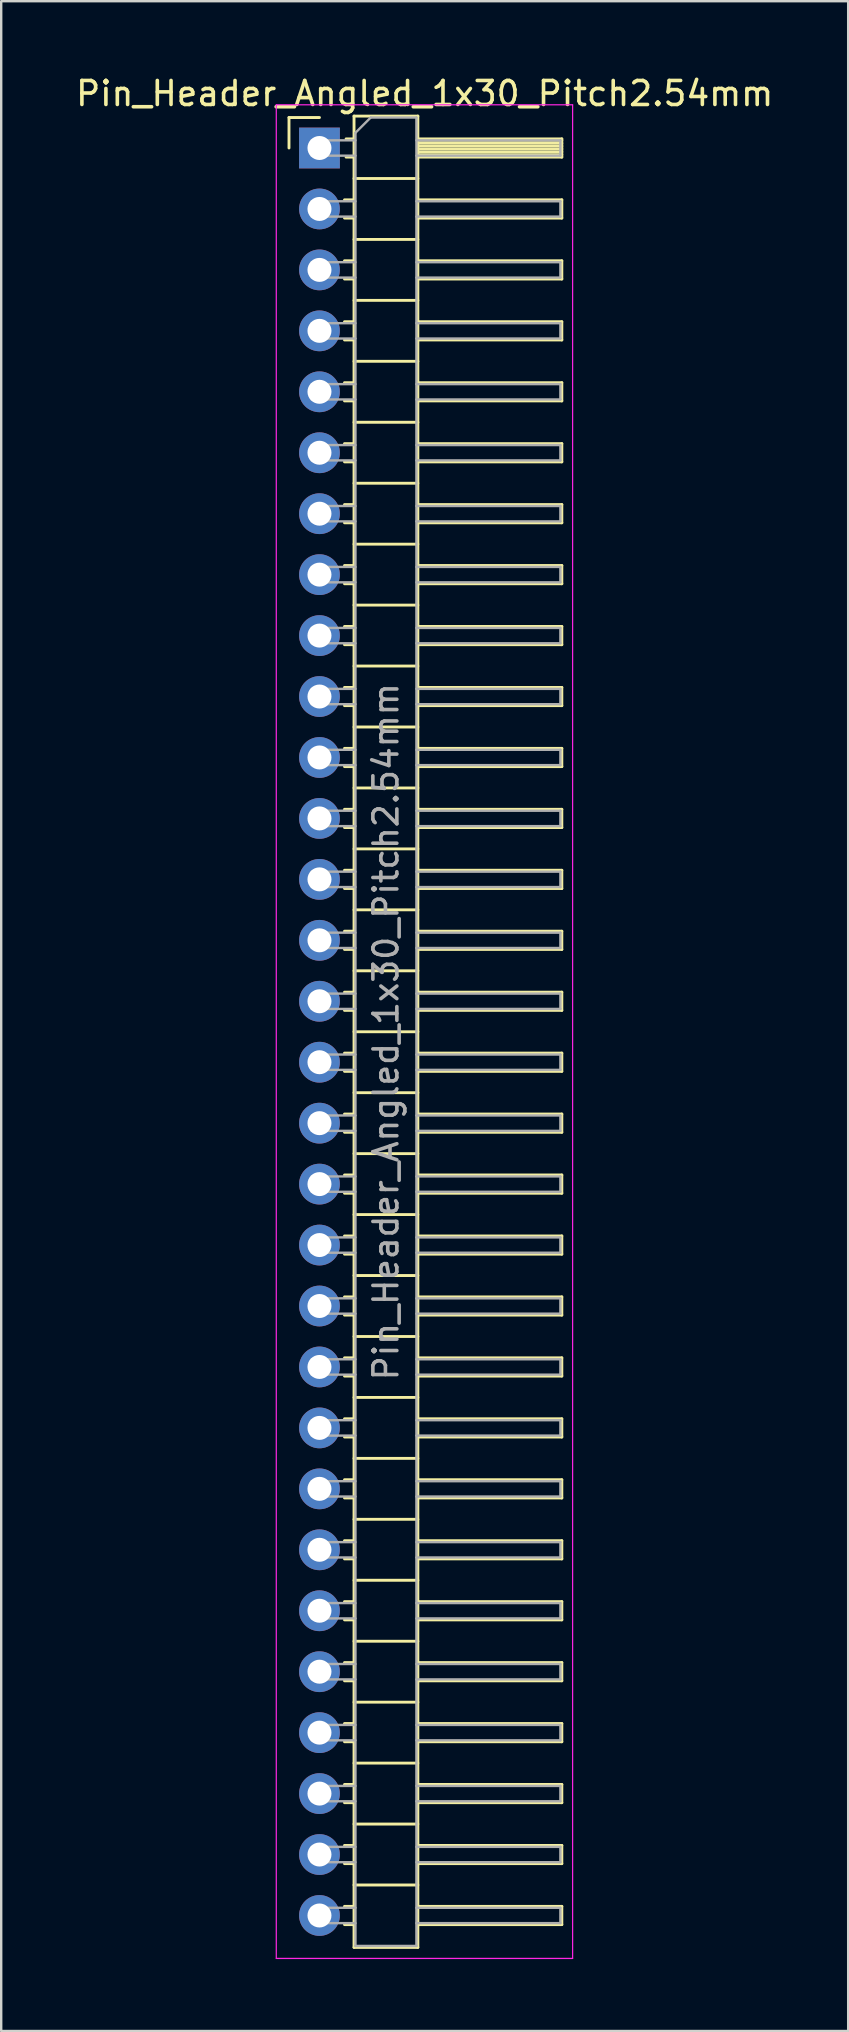
<source format=kicad_pcb>
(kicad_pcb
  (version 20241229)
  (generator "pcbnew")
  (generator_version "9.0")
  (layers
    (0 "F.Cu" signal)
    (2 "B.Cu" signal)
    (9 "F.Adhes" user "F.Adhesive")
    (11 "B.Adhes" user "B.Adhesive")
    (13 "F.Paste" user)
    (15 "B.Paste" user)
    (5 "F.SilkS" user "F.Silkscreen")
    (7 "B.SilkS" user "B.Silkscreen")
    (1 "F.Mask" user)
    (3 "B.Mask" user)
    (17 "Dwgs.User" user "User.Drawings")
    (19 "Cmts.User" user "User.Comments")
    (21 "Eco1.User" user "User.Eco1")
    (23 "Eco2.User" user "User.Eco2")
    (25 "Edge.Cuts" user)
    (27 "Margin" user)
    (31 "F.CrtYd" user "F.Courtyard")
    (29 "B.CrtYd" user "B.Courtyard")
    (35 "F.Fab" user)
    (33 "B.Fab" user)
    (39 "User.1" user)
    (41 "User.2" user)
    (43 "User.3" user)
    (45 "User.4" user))
  (footprint "Pin_Header_Angled_1x30_Pitch2.54mm"
    (layer "F.Cu")
    (at 10.264 3.118)
    (property "Reference" "Pin_Header_Angled_1x30_Pitch2.54mm" (at 4.385 -2.27 0) (layer "F.SilkS") (effects (font (size 1 1) (thickness 0.15))))
    (attr through_hole)
    (fp_line (start -1.27 -1.27) (end 0 -1.27) (stroke (width 0.12) (type solid)) (layer "F.SilkS"))
    (fp_line (start -1.27 0) (end -1.27 -1.27) (stroke (width 0.12) (type solid)) (layer "F.SilkS"))
    (fp_line (start 1.043 2.16) (end 1.44 2.16) (stroke (width 0.12) (type solid)) (layer "F.SilkS"))
    (fp_line (start 1.043 2.92) (end 1.44 2.92) (stroke (width 0.12) (type solid)) (layer "F.SilkS"))
    (fp_line (start 1.043 4.7) (end 1.44 4.7) (stroke (width 0.12) (type solid)) (layer "F.SilkS"))
    (fp_line (start 1.043 5.46) (end 1.44 5.46) (stroke (width 0.12) (type solid)) (layer "F.SilkS"))
    (fp_line (start 1.043 7.24) (end 1.44 7.24) (stroke (width 0.12) (type solid)) (layer "F.SilkS"))
    (fp_line (start 1.043 8) (end 1.44 8) (stroke (width 0.12) (type solid)) (layer "F.SilkS"))
    (fp_line (start 1.043 9.78) (end 1.44 9.78) (stroke (width 0.12) (type solid)) (layer "F.SilkS"))
    (fp_line (start 1.043 10.54) (end 1.44 10.54) (stroke (width 0.12) (type solid)) (layer "F.SilkS"))
    (fp_line (start 1.043 12.32) (end 1.44 12.32) (stroke (width 0.12) (type solid)) (layer "F.SilkS"))
    (fp_line (start 1.043 13.08) (end 1.44 13.08) (stroke (width 0.12) (type solid)) (layer "F.SilkS"))
    (fp_line (start 1.043 14.86) (end 1.44 14.86) (stroke (width 0.12) (type solid)) (layer "F.SilkS"))
    (fp_line (start 1.043 15.62) (end 1.44 15.62) (stroke (width 0.12) (type solid)) (layer "F.SilkS"))
    (fp_line (start 1.043 17.4) (end 1.44 17.4) (stroke (width 0.12) (type solid)) (layer "F.SilkS"))
    (fp_line (start 1.043 18.16) (end 1.44 18.16) (stroke (width 0.12) (type solid)) (layer "F.SilkS"))
    (fp_line (start 1.043 19.94) (end 1.44 19.94) (stroke (width 0.12) (type solid)) (layer "F.SilkS"))
    (fp_line (start 1.043 20.7) (end 1.44 20.7) (stroke (width 0.12) (type solid)) (layer "F.SilkS"))
    (fp_line (start 1.043 22.48) (end 1.44 22.48) (stroke (width 0.12) (type solid)) (layer "F.SilkS"))
    (fp_line (start 1.043 23.24) (end 1.44 23.24) (stroke (width 0.12) (type solid)) (layer "F.SilkS"))
    (fp_line (start 1.043 25.02) (end 1.44 25.02) (stroke (width 0.12) (type solid)) (layer "F.SilkS"))
    (fp_line (start 1.043 25.78) (end 1.44 25.78) (stroke (width 0.12) (type solid)) (layer "F.SilkS"))
    (fp_line (start 1.043 27.56) (end 1.44 27.56) (stroke (width 0.12) (type solid)) (layer "F.SilkS"))
    (fp_line (start 1.043 28.32) (end 1.44 28.32) (stroke (width 0.12) (type solid)) (layer "F.SilkS"))
    (fp_line (start 1.043 30.1) (end 1.44 30.1) (stroke (width 0.12) (type solid)) (layer "F.SilkS"))
    (fp_line (start 1.043 30.86) (end 1.44 30.86) (stroke (width 0.12) (type solid)) (layer "F.SilkS"))
    (fp_line (start 1.043 32.64) (end 1.44 32.64) (stroke (width 0.12) (type solid)) (layer "F.SilkS"))
    (fp_line (start 1.043 33.4) (end 1.44 33.4) (stroke (width 0.12) (type solid)) (layer "F.SilkS"))
    (fp_line (start 1.043 35.18) (end 1.44 35.18) (stroke (width 0.12) (type solid)) (layer "F.SilkS"))
    (fp_line (start 1.043 35.94) (end 1.44 35.94) (stroke (width 0.12) (type solid)) (layer "F.SilkS"))
    (fp_line (start 1.043 37.72) (end 1.44 37.72) (stroke (width 0.12) (type solid)) (layer "F.SilkS"))
    (fp_line (start 1.043 38.48) (end 1.44 38.48) (stroke (width 0.12) (type solid)) (layer "F.SilkS"))
    (fp_line (start 1.043 40.26) (end 1.44 40.26) (stroke (width 0.12) (type solid)) (layer "F.SilkS"))
    (fp_line (start 1.043 41.02) (end 1.44 41.02) (stroke (width 0.12) (type solid)) (layer "F.SilkS"))
    (fp_line (start 1.043 42.8) (end 1.44 42.8) (stroke (width 0.12) (type solid)) (layer "F.SilkS"))
    (fp_line (start 1.043 43.56) (end 1.44 43.56) (stroke (width 0.12) (type solid)) (layer "F.SilkS"))
    (fp_line (start 1.043 45.34) (end 1.44 45.34) (stroke (width 0.12) (type solid)) (layer "F.SilkS"))
    (fp_line (start 1.043 46.1) (end 1.44 46.1) (stroke (width 0.12) (type solid)) (layer "F.SilkS"))
    (fp_line (start 1.043 47.88) (end 1.44 47.88) (stroke (width 0.12) (type solid)) (layer "F.SilkS"))
    (fp_line (start 1.043 48.64) (end 1.44 48.64) (stroke (width 0.12) (type solid)) (layer "F.SilkS"))
    (fp_line (start 1.043 50.42) (end 1.44 50.42) (stroke (width 0.12) (type solid)) (layer "F.SilkS"))
    (fp_line (start 1.043 51.18) (end 1.44 51.18) (stroke (width 0.12) (type solid)) (layer "F.SilkS"))
    (fp_line (start 1.043 52.96) (end 1.44 52.96) (stroke (width 0.12) (type solid)) (layer "F.SilkS"))
    (fp_line (start 1.043 53.72) (end 1.44 53.72) (stroke (width 0.12) (type solid)) (layer "F.SilkS"))
    (fp_line (start 1.043 55.5) (end 1.44 55.5) (stroke (width 0.12) (type solid)) (layer "F.SilkS"))
    (fp_line (start 1.043 56.26) (end 1.44 56.26) (stroke (width 0.12) (type solid)) (layer "F.SilkS"))
    (fp_line (start 1.043 58.04) (end 1.44 58.04) (stroke (width 0.12) (type solid)) (layer "F.SilkS"))
    (fp_line (start 1.043 58.8) (end 1.44 58.8) (stroke (width 0.12) (type solid)) (layer "F.SilkS"))
    (fp_line (start 1.043 60.58) (end 1.44 60.58) (stroke (width 0.12) (type solid)) (layer "F.SilkS"))
    (fp_line (start 1.043 61.34) (end 1.44 61.34) (stroke (width 0.12) (type solid)) (layer "F.SilkS"))
    (fp_line (start 1.043 63.12) (end 1.44 63.12) (stroke (width 0.12) (type solid)) (layer "F.SilkS"))
    (fp_line (start 1.043 63.88) (end 1.44 63.88) (stroke (width 0.12) (type solid)) (layer "F.SilkS"))
    (fp_line (start 1.043 65.66) (end 1.44 65.66) (stroke (width 0.12) (type solid)) (layer "F.SilkS"))
    (fp_line (start 1.043 66.42) (end 1.44 66.42) (stroke (width 0.12) (type solid)) (layer "F.SilkS"))
    (fp_line (start 1.043 68.2) (end 1.44 68.2) (stroke (width 0.12) (type solid)) (layer "F.SilkS"))
    (fp_line (start 1.043 68.96) (end 1.44 68.96) (stroke (width 0.12) (type solid)) (layer "F.SilkS"))
    (fp_line (start 1.043 70.74) (end 1.44 70.74) (stroke (width 0.12) (type solid)) (layer "F.SilkS"))
    (fp_line (start 1.043 71.5) (end 1.44 71.5) (stroke (width 0.12) (type solid)) (layer "F.SilkS"))
    (fp_line (start 1.043 73.28) (end 1.44 73.28) (stroke (width 0.12) (type solid)) (layer "F.SilkS"))
    (fp_line (start 1.043 74.04) (end 1.44 74.04) (stroke (width 0.12) (type solid)) (layer "F.SilkS"))
    (fp_line (start 1.11 -0.38) (end 1.44 -0.38) (stroke (width 0.12) (type solid)) (layer "F.SilkS"))
    (fp_line (start 1.11 0.38) (end 1.44 0.38) (stroke (width 0.12) (type solid)) (layer "F.SilkS"))
    (fp_line (start 1.44 -1.33) (end 1.44 74.99) (stroke (width 0.12) (type solid)) (layer "F.SilkS"))
    (fp_line (start 1.44 1.27) (end 4.1 1.27) (stroke (width 0.12) (type solid)) (layer "F.SilkS"))
    (fp_line (start 1.44 3.81) (end 4.1 3.81) (stroke (width 0.12) (type solid)) (layer "F.SilkS"))
    (fp_line (start 1.44 6.35) (end 4.1 6.35) (stroke (width 0.12) (type solid)) (layer "F.SilkS"))
    (fp_line (start 1.44 8.89) (end 4.1 8.89) (stroke (width 0.12) (type solid)) (layer "F.SilkS"))
    (fp_line (start 1.44 11.43) (end 4.1 11.43) (stroke (width 0.12) (type solid)) (layer "F.SilkS"))
    (fp_line (start 1.44 13.97) (end 4.1 13.97) (stroke (width 0.12) (type solid)) (layer "F.SilkS"))
    (fp_line (start 1.44 16.51) (end 4.1 16.51) (stroke (width 0.12) (type solid)) (layer "F.SilkS"))
    (fp_line (start 1.44 19.05) (end 4.1 19.05) (stroke (width 0.12) (type solid)) (layer "F.SilkS"))
    (fp_line (start 1.44 21.59) (end 4.1 21.59) (stroke (width 0.12) (type solid)) (layer "F.SilkS"))
    (fp_line (start 1.44 24.13) (end 4.1 24.13) (stroke (width 0.12) (type solid)) (layer "F.SilkS"))
    (fp_line (start 1.44 26.67) (end 4.1 26.67) (stroke (width 0.12) (type solid)) (layer "F.SilkS"))
    (fp_line (start 1.44 29.21) (end 4.1 29.21) (stroke (width 0.12) (type solid)) (layer "F.SilkS"))
    (fp_line (start 1.44 31.75) (end 4.1 31.75) (stroke (width 0.12) (type solid)) (layer "F.SilkS"))
    (fp_line (start 1.44 34.29) (end 4.1 34.29) (stroke (width 0.12) (type solid)) (layer "F.SilkS"))
    (fp_line (start 1.44 36.83) (end 4.1 36.83) (stroke (width 0.12) (type solid)) (layer "F.SilkS"))
    (fp_line (start 1.44 39.37) (end 4.1 39.37) (stroke (width 0.12) (type solid)) (layer "F.SilkS"))
    (fp_line (start 1.44 41.91) (end 4.1 41.91) (stroke (width 0.12) (type solid)) (layer "F.SilkS"))
    (fp_line (start 1.44 44.45) (end 4.1 44.45) (stroke (width 0.12) (type solid)) (layer "F.SilkS"))
    (fp_line (start 1.44 46.99) (end 4.1 46.99) (stroke (width 0.12) (type solid)) (layer "F.SilkS"))
    (fp_line (start 1.44 49.53) (end 4.1 49.53) (stroke (width 0.12) (type solid)) (layer "F.SilkS"))
    (fp_line (start 1.44 52.07) (end 4.1 52.07) (stroke (width 0.12) (type solid)) (layer "F.SilkS"))
    (fp_line (start 1.44 54.61) (end 4.1 54.61) (stroke (width 0.12) (type solid)) (layer "F.SilkS"))
    (fp_line (start 1.44 57.15) (end 4.1 57.15) (stroke (width 0.12) (type solid)) (layer "F.SilkS"))
    (fp_line (start 1.44 59.69) (end 4.1 59.69) (stroke (width 0.12) (type solid)) (layer "F.SilkS"))
    (fp_line (start 1.44 62.23) (end 4.1 62.23) (stroke (width 0.12) (type solid)) (layer "F.SilkS"))
    (fp_line (start 1.44 64.77) (end 4.1 64.77) (stroke (width 0.12) (type solid)) (layer "F.SilkS"))
    (fp_line (start 1.44 67.31) (end 4.1 67.31) (stroke (width 0.12) (type solid)) (layer "F.SilkS"))
    (fp_line (start 1.44 69.85) (end 4.1 69.85) (stroke (width 0.12) (type solid)) (layer "F.SilkS"))
    (fp_line (start 1.44 72.39) (end 4.1 72.39) (stroke (width 0.12) (type solid)) (layer "F.SilkS"))
    (fp_line (start 1.44 74.99) (end 4.1 74.99) (stroke (width 0.12) (type solid)) (layer "F.SilkS"))
    (fp_line (start 4.1 -1.33) (end 1.44 -1.33) (stroke (width 0.12) (type solid)) (layer "F.SilkS"))
    (fp_line (start 4.1 -0.38) (end 10.1 -0.38) (stroke (width 0.12) (type solid)) (layer "F.SilkS"))
    (fp_line (start 4.1 -0.32) (end 10.1 -0.32) (stroke (width 0.12) (type solid)) (layer "F.SilkS"))
    (fp_line (start 4.1 -0.2) (end 10.1 -0.2) (stroke (width 0.12) (type solid)) (layer "F.SilkS"))
    (fp_line (start 4.1 -0.08) (end 10.1 -0.08) (stroke (width 0.12) (type solid)) (layer "F.SilkS"))
    (fp_line (start 4.1 0.04) (end 10.1 0.04) (stroke (width 0.12) (type solid)) (layer "F.SilkS"))
    (fp_line (start 4.1 0.16) (end 10.1 0.16) (stroke (width 0.12) (type solid)) (layer "F.SilkS"))
    (fp_line (start 4.1 0.28) (end 10.1 0.28) (stroke (width 0.12) (type solid)) (layer "F.SilkS"))
    (fp_line (start 4.1 2.16) (end 10.1 2.16) (stroke (width 0.12) (type solid)) (layer "F.SilkS"))
    (fp_line (start 4.1 4.7) (end 10.1 4.7) (stroke (width 0.12) (type solid)) (layer "F.SilkS"))
    (fp_line (start 4.1 7.24) (end 10.1 7.24) (stroke (width 0.12) (type solid)) (layer "F.SilkS"))
    (fp_line (start 4.1 9.78) (end 10.1 9.78) (stroke (width 0.12) (type solid)) (layer "F.SilkS"))
    (fp_line (start 4.1 12.32) (end 10.1 12.32) (stroke (width 0.12) (type solid)) (layer "F.SilkS"))
    (fp_line (start 4.1 14.86) (end 10.1 14.86) (stroke (width 0.12) (type solid)) (layer "F.SilkS"))
    (fp_line (start 4.1 17.4) (end 10.1 17.4) (stroke (width 0.12) (type solid)) (layer "F.SilkS"))
    (fp_line (start 4.1 19.94) (end 10.1 19.94) (stroke (width 0.12) (type solid)) (layer "F.SilkS"))
    (fp_line (start 4.1 22.48) (end 10.1 22.48) (stroke (width 0.12) (type solid)) (layer "F.SilkS"))
    (fp_line (start 4.1 25.02) (end 10.1 25.02) (stroke (width 0.12) (type solid)) (layer "F.SilkS"))
    (fp_line (start 4.1 27.56) (end 10.1 27.56) (stroke (width 0.12) (type solid)) (layer "F.SilkS"))
    (fp_line (start 4.1 30.1) (end 10.1 30.1) (stroke (width 0.12) (type solid)) (layer "F.SilkS"))
    (fp_line (start 4.1 32.64) (end 10.1 32.64) (stroke (width 0.12) (type solid)) (layer "F.SilkS"))
    (fp_line (start 4.1 35.18) (end 10.1 35.18) (stroke (width 0.12) (type solid)) (layer "F.SilkS"))
    (fp_line (start 4.1 37.72) (end 10.1 37.72) (stroke (width 0.12) (type solid)) (layer "F.SilkS"))
    (fp_line (start 4.1 40.26) (end 10.1 40.26) (stroke (width 0.12) (type solid)) (layer "F.SilkS"))
    (fp_line (start 4.1 42.8) (end 10.1 42.8) (stroke (width 0.12) (type solid)) (layer "F.SilkS"))
    (fp_line (start 4.1 45.34) (end 10.1 45.34) (stroke (width 0.12) (type solid)) (layer "F.SilkS"))
    (fp_line (start 4.1 47.88) (end 10.1 47.88) (stroke (width 0.12) (type solid)) (layer "F.SilkS"))
    (fp_line (start 4.1 50.42) (end 10.1 50.42) (stroke (width 0.12) (type solid)) (layer "F.SilkS"))
    (fp_line (start 4.1 52.96) (end 10.1 52.96) (stroke (width 0.12) (type solid)) (layer "F.SilkS"))
    (fp_line (start 4.1 55.5) (end 10.1 55.5) (stroke (width 0.12) (type solid)) (layer "F.SilkS"))
    (fp_line (start 4.1 58.04) (end 10.1 58.04) (stroke (width 0.12) (type solid)) (layer "F.SilkS"))
    (fp_line (start 4.1 60.58) (end 10.1 60.58) (stroke (width 0.12) (type solid)) (layer "F.SilkS"))
    (fp_line (start 4.1 63.12) (end 10.1 63.12) (stroke (width 0.12) (type solid)) (layer "F.SilkS"))
    (fp_line (start 4.1 65.66) (end 10.1 65.66) (stroke (width 0.12) (type solid)) (layer "F.SilkS"))
    (fp_line (start 4.1 68.2) (end 10.1 68.2) (stroke (width 0.12) (type solid)) (layer "F.SilkS"))
    (fp_line (start 4.1 70.74) (end 10.1 70.74) (stroke (width 0.12) (type solid)) (layer "F.SilkS"))
    (fp_line (start 4.1 73.28) (end 10.1 73.28) (stroke (width 0.12) (type solid)) (layer "F.SilkS"))
    (fp_line (start 4.1 74.99) (end 4.1 -1.33) (stroke (width 0.12) (type solid)) (layer "F.SilkS"))
    (fp_line (start 10.1 -0.38) (end 10.1 0.38) (stroke (width 0.12) (type solid)) (layer "F.SilkS"))
    (fp_line (start 10.1 0.38) (end 4.1 0.38) (stroke (width 0.12) (type solid)) (layer "F.SilkS"))
    (fp_line (start 10.1 2.16) (end 10.1 2.92) (stroke (width 0.12) (type solid)) (layer "F.SilkS"))
    (fp_line (start 10.1 2.92) (end 4.1 2.92) (stroke (width 0.12) (type solid)) (layer "F.SilkS"))
    (fp_line (start 10.1 4.7) (end 10.1 5.46) (stroke (width 0.12) (type solid)) (layer "F.SilkS"))
    (fp_line (start 10.1 5.46) (end 4.1 5.46) (stroke (width 0.12) (type solid)) (layer "F.SilkS"))
    (fp_line (start 10.1 7.24) (end 10.1 8) (stroke (width 0.12) (type solid)) (layer "F.SilkS"))
    (fp_line (start 10.1 8) (end 4.1 8) (stroke (width 0.12) (type solid)) (layer "F.SilkS"))
    (fp_line (start 10.1 9.78) (end 10.1 10.54) (stroke (width 0.12) (type solid)) (layer "F.SilkS"))
    (fp_line (start 10.1 10.54) (end 4.1 10.54) (stroke (width 0.12) (type solid)) (layer "F.SilkS"))
    (fp_line (start 10.1 12.32) (end 10.1 13.08) (stroke (width 0.12) (type solid)) (layer "F.SilkS"))
    (fp_line (start 10.1 13.08) (end 4.1 13.08) (stroke (width 0.12) (type solid)) (layer "F.SilkS"))
    (fp_line (start 10.1 14.86) (end 10.1 15.62) (stroke (width 0.12) (type solid)) (layer "F.SilkS"))
    (fp_line (start 10.1 15.62) (end 4.1 15.62) (stroke (width 0.12) (type solid)) (layer "F.SilkS"))
    (fp_line (start 10.1 17.4) (end 10.1 18.16) (stroke (width 0.12) (type solid)) (layer "F.SilkS"))
    (fp_line (start 10.1 18.16) (end 4.1 18.16) (stroke (width 0.12) (type solid)) (layer "F.SilkS"))
    (fp_line (start 10.1 19.94) (end 10.1 20.7) (stroke (width 0.12) (type solid)) (layer "F.SilkS"))
    (fp_line (start 10.1 20.7) (end 4.1 20.7) (stroke (width 0.12) (type solid)) (layer "F.SilkS"))
    (fp_line (start 10.1 22.48) (end 10.1 23.24) (stroke (width 0.12) (type solid)) (layer "F.SilkS"))
    (fp_line (start 10.1 23.24) (end 4.1 23.24) (stroke (width 0.12) (type solid)) (layer "F.SilkS"))
    (fp_line (start 10.1 25.02) (end 10.1 25.78) (stroke (width 0.12) (type solid)) (layer "F.SilkS"))
    (fp_line (start 10.1 25.78) (end 4.1 25.78) (stroke (width 0.12) (type solid)) (layer "F.SilkS"))
    (fp_line (start 10.1 27.56) (end 10.1 28.32) (stroke (width 0.12) (type solid)) (layer "F.SilkS"))
    (fp_line (start 10.1 28.32) (end 4.1 28.32) (stroke (width 0.12) (type solid)) (layer "F.SilkS"))
    (fp_line (start 10.1 30.1) (end 10.1 30.86) (stroke (width 0.12) (type solid)) (layer "F.SilkS"))
    (fp_line (start 10.1 30.86) (end 4.1 30.86) (stroke (width 0.12) (type solid)) (layer "F.SilkS"))
    (fp_line (start 10.1 32.64) (end 10.1 33.4) (stroke (width 0.12) (type solid)) (layer "F.SilkS"))
    (fp_line (start 10.1 33.4) (end 4.1 33.4) (stroke (width 0.12) (type solid)) (layer "F.SilkS"))
    (fp_line (start 10.1 35.18) (end 10.1 35.94) (stroke (width 0.12) (type solid)) (layer "F.SilkS"))
    (fp_line (start 10.1 35.94) (end 4.1 35.94) (stroke (width 0.12) (type solid)) (layer "F.SilkS"))
    (fp_line (start 10.1 37.72) (end 10.1 38.48) (stroke (width 0.12) (type solid)) (layer "F.SilkS"))
    (fp_line (start 10.1 38.48) (end 4.1 38.48) (stroke (width 0.12) (type solid)) (layer "F.SilkS"))
    (fp_line (start 10.1 40.26) (end 10.1 41.02) (stroke (width 0.12) (type solid)) (layer "F.SilkS"))
    (fp_line (start 10.1 41.02) (end 4.1 41.02) (stroke (width 0.12) (type solid)) (layer "F.SilkS"))
    (fp_line (start 10.1 42.8) (end 10.1 43.56) (stroke (width 0.12) (type solid)) (layer "F.SilkS"))
    (fp_line (start 10.1 43.56) (end 4.1 43.56) (stroke (width 0.12) (type solid)) (layer "F.SilkS"))
    (fp_line (start 10.1 45.34) (end 10.1 46.1) (stroke (width 0.12) (type solid)) (layer "F.SilkS"))
    (fp_line (start 10.1 46.1) (end 4.1 46.1) (stroke (width 0.12) (type solid)) (layer "F.SilkS"))
    (fp_line (start 10.1 47.88) (end 10.1 48.64) (stroke (width 0.12) (type solid)) (layer "F.SilkS"))
    (fp_line (start 10.1 48.64) (end 4.1 48.64) (stroke (width 0.12) (type solid)) (layer "F.SilkS"))
    (fp_line (start 10.1 50.42) (end 10.1 51.18) (stroke (width 0.12) (type solid)) (layer "F.SilkS"))
    (fp_line (start 10.1 51.18) (end 4.1 51.18) (stroke (width 0.12) (type solid)) (layer "F.SilkS"))
    (fp_line (start 10.1 52.96) (end 10.1 53.72) (stroke (width 0.12) (type solid)) (layer "F.SilkS"))
    (fp_line (start 10.1 53.72) (end 4.1 53.72) (stroke (width 0.12) (type solid)) (layer "F.SilkS"))
    (fp_line (start 10.1 55.5) (end 10.1 56.26) (stroke (width 0.12) (type solid)) (layer "F.SilkS"))
    (fp_line (start 10.1 56.26) (end 4.1 56.26) (stroke (width 0.12) (type solid)) (layer "F.SilkS"))
    (fp_line (start 10.1 58.04) (end 10.1 58.8) (stroke (width 0.12) (type solid)) (layer "F.SilkS"))
    (fp_line (start 10.1 58.8) (end 4.1 58.8) (stroke (width 0.12) (type solid)) (layer "F.SilkS"))
    (fp_line (start 10.1 60.58) (end 10.1 61.34) (stroke (width 0.12) (type solid)) (layer "F.SilkS"))
    (fp_line (start 10.1 61.34) (end 4.1 61.34) (stroke (width 0.12) (type solid)) (layer "F.SilkS"))
    (fp_line (start 10.1 63.12) (end 10.1 63.88) (stroke (width 0.12) (type solid)) (layer "F.SilkS"))
    (fp_line (start 10.1 63.88) (end 4.1 63.88) (stroke (width 0.12) (type solid)) (layer "F.SilkS"))
    (fp_line (start 10.1 65.66) (end 10.1 66.42) (stroke (width 0.12) (type solid)) (layer "F.SilkS"))
    (fp_line (start 10.1 66.42) (end 4.1 66.42) (stroke (width 0.12) (type solid)) (layer "F.SilkS"))
    (fp_line (start 10.1 68.2) (end 10.1 68.96) (stroke (width 0.12) (type solid)) (layer "F.SilkS"))
    (fp_line (start 10.1 68.96) (end 4.1 68.96) (stroke (width 0.12) (type solid)) (layer "F.SilkS"))
    (fp_line (start 10.1 70.74) (end 10.1 71.5) (stroke (width 0.12) (type solid)) (layer "F.SilkS"))
    (fp_line (start 10.1 71.5) (end 4.1 71.5) (stroke (width 0.12) (type solid)) (layer "F.SilkS"))
    (fp_line (start 10.1 73.28) (end 10.1 74.04) (stroke (width 0.12) (type solid)) (layer "F.SilkS"))
    (fp_line (start 10.1 74.04) (end 4.1 74.04) (stroke (width 0.12) (type solid)) (layer "F.SilkS"))
    (fp_line (start -1.8 -1.8) (end -1.8 75.45) (stroke (width 0.05) (type solid)) (layer "F.CrtYd"))
    (fp_line (start -1.8 75.45) (end 10.55 75.45) (stroke (width 0.05) (type solid)) (layer "F.CrtYd"))
    (fp_line (start 10.55 -1.8) (end -1.8 -1.8) (stroke (width 0.05) (type solid)) (layer "F.CrtYd"))
    (fp_line (start 10.55 75.45) (end 10.55 -1.8) (stroke (width 0.05) (type solid)) (layer "F.CrtYd"))
    (fp_line (start -0.32 -0.32) (end -0.32 0.32) (stroke (width 0.1) (type solid)) (layer "F.Fab"))
    (fp_line (start -0.32 -0.32) (end 1.5 -0.32) (stroke (width 0.1) (type solid)) (layer "F.Fab"))
    (fp_line (start -0.32 0.32) (end 1.5 0.32) (stroke (width 0.1) (type solid)) (layer "F.Fab"))
    (fp_line (start -0.32 2.22) (end -0.32 2.86) (stroke (width 0.1) (type solid)) (layer "F.Fab"))
    (fp_line (start -0.32 2.22) (end 1.5 2.22) (stroke (width 0.1) (type solid)) (layer "F.Fab"))
    (fp_line (start -0.32 2.86) (end 1.5 2.86) (stroke (width 0.1) (type solid)) (layer "F.Fab"))
    (fp_line (start -0.32 4.76) (end -0.32 5.4) (stroke (width 0.1) (type solid)) (layer "F.Fab"))
    (fp_line (start -0.32 4.76) (end 1.5 4.76) (stroke (width 0.1) (type solid)) (layer "F.Fab"))
    (fp_line (start -0.32 5.4) (end 1.5 5.4) (stroke (width 0.1) (type solid)) (layer "F.Fab"))
    (fp_line (start -0.32 7.3) (end -0.32 7.94) (stroke (width 0.1) (type solid)) (layer "F.Fab"))
    (fp_line (start -0.32 7.3) (end 1.5 7.3) (stroke (width 0.1) (type solid)) (layer "F.Fab"))
    (fp_line (start -0.32 7.94) (end 1.5 7.94) (stroke (width 0.1) (type solid)) (layer "F.Fab"))
    (fp_line (start -0.32 9.84) (end -0.32 10.48) (stroke (width 0.1) (type solid)) (layer "F.Fab"))
    (fp_line (start -0.32 9.84) (end 1.5 9.84) (stroke (width 0.1) (type solid)) (layer "F.Fab"))
    (fp_line (start -0.32 10.48) (end 1.5 10.48) (stroke (width 0.1) (type solid)) (layer "F.Fab"))
    (fp_line (start -0.32 12.38) (end -0.32 13.02) (stroke (width 0.1) (type solid)) (layer "F.Fab"))
    (fp_line (start -0.32 12.38) (end 1.5 12.38) (stroke (width 0.1) (type solid)) (layer "F.Fab"))
    (fp_line (start -0.32 13.02) (end 1.5 13.02) (stroke (width 0.1) (type solid)) (layer "F.Fab"))
    (fp_line (start -0.32 14.92) (end -0.32 15.56) (stroke (width 0.1) (type solid)) (layer "F.Fab"))
    (fp_line (start -0.32 14.92) (end 1.5 14.92) (stroke (width 0.1) (type solid)) (layer "F.Fab"))
    (fp_line (start -0.32 15.56) (end 1.5 15.56) (stroke (width 0.1) (type solid)) (layer "F.Fab"))
    (fp_line (start -0.32 17.46) (end -0.32 18.1) (stroke (width 0.1) (type solid)) (layer "F.Fab"))
    (fp_line (start -0.32 17.46) (end 1.5 17.46) (stroke (width 0.1) (type solid)) (layer "F.Fab"))
    (fp_line (start -0.32 18.1) (end 1.5 18.1) (stroke (width 0.1) (type solid)) (layer "F.Fab"))
    (fp_line (start -0.32 20) (end -0.32 20.64) (stroke (width 0.1) (type solid)) (layer "F.Fab"))
    (fp_line (start -0.32 20) (end 1.5 20) (stroke (width 0.1) (type solid)) (layer "F.Fab"))
    (fp_line (start -0.32 20.64) (end 1.5 20.64) (stroke (width 0.1) (type solid)) (layer "F.Fab"))
    (fp_line (start -0.32 22.54) (end -0.32 23.18) (stroke (width 0.1) (type solid)) (layer "F.Fab"))
    (fp_line (start -0.32 22.54) (end 1.5 22.54) (stroke (width 0.1) (type solid)) (layer "F.Fab"))
    (fp_line (start -0.32 23.18) (end 1.5 23.18) (stroke (width 0.1) (type solid)) (layer "F.Fab"))
    (fp_line (start -0.32 25.08) (end -0.32 25.72) (stroke (width 0.1) (type solid)) (layer "F.Fab"))
    (fp_line (start -0.32 25.08) (end 1.5 25.08) (stroke (width 0.1) (type solid)) (layer "F.Fab"))
    (fp_line (start -0.32 25.72) (end 1.5 25.72) (stroke (width 0.1) (type solid)) (layer "F.Fab"))
    (fp_line (start -0.32 27.62) (end -0.32 28.26) (stroke (width 0.1) (type solid)) (layer "F.Fab"))
    (fp_line (start -0.32 27.62) (end 1.5 27.62) (stroke (width 0.1) (type solid)) (layer "F.Fab"))
    (fp_line (start -0.32 28.26) (end 1.5 28.26) (stroke (width 0.1) (type solid)) (layer "F.Fab"))
    (fp_line (start -0.32 30.16) (end -0.32 30.8) (stroke (width 0.1) (type solid)) (layer "F.Fab"))
    (fp_line (start -0.32 30.16) (end 1.5 30.16) (stroke (width 0.1) (type solid)) (layer "F.Fab"))
    (fp_line (start -0.32 30.8) (end 1.5 30.8) (stroke (width 0.1) (type solid)) (layer "F.Fab"))
    (fp_line (start -0.32 32.7) (end -0.32 33.34) (stroke (width 0.1) (type solid)) (layer "F.Fab"))
    (fp_line (start -0.32 32.7) (end 1.5 32.7) (stroke (width 0.1) (type solid)) (layer "F.Fab"))
    (fp_line (start -0.32 33.34) (end 1.5 33.34) (stroke (width 0.1) (type solid)) (layer "F.Fab"))
    (fp_line (start -0.32 35.24) (end -0.32 35.88) (stroke (width 0.1) (type solid)) (layer "F.Fab"))
    (fp_line (start -0.32 35.24) (end 1.5 35.24) (stroke (width 0.1) (type solid)) (layer "F.Fab"))
    (fp_line (start -0.32 35.88) (end 1.5 35.88) (stroke (width 0.1) (type solid)) (layer "F.Fab"))
    (fp_line (start -0.32 37.78) (end -0.32 38.42) (stroke (width 0.1) (type solid)) (layer "F.Fab"))
    (fp_line (start -0.32 37.78) (end 1.5 37.78) (stroke (width 0.1) (type solid)) (layer "F.Fab"))
    (fp_line (start -0.32 38.42) (end 1.5 38.42) (stroke (width 0.1) (type solid)) (layer "F.Fab"))
    (fp_line (start -0.32 40.32) (end -0.32 40.96) (stroke (width 0.1) (type solid)) (layer "F.Fab"))
    (fp_line (start -0.32 40.32) (end 1.5 40.32) (stroke (width 0.1) (type solid)) (layer "F.Fab"))
    (fp_line (start -0.32 40.96) (end 1.5 40.96) (stroke (width 0.1) (type solid)) (layer "F.Fab"))
    (fp_line (start -0.32 42.86) (end -0.32 43.5) (stroke (width 0.1) (type solid)) (layer "F.Fab"))
    (fp_line (start -0.32 42.86) (end 1.5 42.86) (stroke (width 0.1) (type solid)) (layer "F.Fab"))
    (fp_line (start -0.32 43.5) (end 1.5 43.5) (stroke (width 0.1) (type solid)) (layer "F.Fab"))
    (fp_line (start -0.32 45.4) (end -0.32 46.04) (stroke (width 0.1) (type solid)) (layer "F.Fab"))
    (fp_line (start -0.32 45.4) (end 1.5 45.4) (stroke (width 0.1) (type solid)) (layer "F.Fab"))
    (fp_line (start -0.32 46.04) (end 1.5 46.04) (stroke (width 0.1) (type solid)) (layer "F.Fab"))
    (fp_line (start -0.32 47.94) (end -0.32 48.58) (stroke (width 0.1) (type solid)) (layer "F.Fab"))
    (fp_line (start -0.32 47.94) (end 1.5 47.94) (stroke (width 0.1) (type solid)) (layer "F.Fab"))
    (fp_line (start -0.32 48.58) (end 1.5 48.58) (stroke (width 0.1) (type solid)) (layer "F.Fab"))
    (fp_line (start -0.32 50.48) (end -0.32 51.12) (stroke (width 0.1) (type solid)) (layer "F.Fab"))
    (fp_line (start -0.32 50.48) (end 1.5 50.48) (stroke (width 0.1) (type solid)) (layer "F.Fab"))
    (fp_line (start -0.32 51.12) (end 1.5 51.12) (stroke (width 0.1) (type solid)) (layer "F.Fab"))
    (fp_line (start -0.32 53.02) (end -0.32 53.66) (stroke (width 0.1) (type solid)) (layer "F.Fab"))
    (fp_line (start -0.32 53.02) (end 1.5 53.02) (stroke (width 0.1) (type solid)) (layer "F.Fab"))
    (fp_line (start -0.32 53.66) (end 1.5 53.66) (stroke (width 0.1) (type solid)) (layer "F.Fab"))
    (fp_line (start -0.32 55.56) (end -0.32 56.2) (stroke (width 0.1) (type solid)) (layer "F.Fab"))
    (fp_line (start -0.32 55.56) (end 1.5 55.56) (stroke (width 0.1) (type solid)) (layer "F.Fab"))
    (fp_line (start -0.32 56.2) (end 1.5 56.2) (stroke (width 0.1) (type solid)) (layer "F.Fab"))
    (fp_line (start -0.32 58.1) (end -0.32 58.74) (stroke (width 0.1) (type solid)) (layer "F.Fab"))
    (fp_line (start -0.32 58.1) (end 1.5 58.1) (stroke (width 0.1) (type solid)) (layer "F.Fab"))
    (fp_line (start -0.32 58.74) (end 1.5 58.74) (stroke (width 0.1) (type solid)) (layer "F.Fab"))
    (fp_line (start -0.32 60.64) (end -0.32 61.28) (stroke (width 0.1) (type solid)) (layer "F.Fab"))
    (fp_line (start -0.32 60.64) (end 1.5 60.64) (stroke (width 0.1) (type solid)) (layer "F.Fab"))
    (fp_line (start -0.32 61.28) (end 1.5 61.28) (stroke (width 0.1) (type solid)) (layer "F.Fab"))
    (fp_line (start -0.32 63.18) (end -0.32 63.82) (stroke (width 0.1) (type solid)) (layer "F.Fab"))
    (fp_line (start -0.32 63.18) (end 1.5 63.18) (stroke (width 0.1) (type solid)) (layer "F.Fab"))
    (fp_line (start -0.32 63.82) (end 1.5 63.82) (stroke (width 0.1) (type solid)) (layer "F.Fab"))
    (fp_line (start -0.32 65.72) (end -0.32 66.36) (stroke (width 0.1) (type solid)) (layer "F.Fab"))
    (fp_line (start -0.32 65.72) (end 1.5 65.72) (stroke (width 0.1) (type solid)) (layer "F.Fab"))
    (fp_line (start -0.32 66.36) (end 1.5 66.36) (stroke (width 0.1) (type solid)) (layer "F.Fab"))
    (fp_line (start -0.32 68.26) (end -0.32 68.9) (stroke (width 0.1) (type solid)) (layer "F.Fab"))
    (fp_line (start -0.32 68.26) (end 1.5 68.26) (stroke (width 0.1) (type solid)) (layer "F.Fab"))
    (fp_line (start -0.32 68.9) (end 1.5 68.9) (stroke (width 0.1) (type solid)) (layer "F.Fab"))
    (fp_line (start -0.32 70.8) (end -0.32 71.44) (stroke (width 0.1) (type solid)) (layer "F.Fab"))
    (fp_line (start -0.32 70.8) (end 1.5 70.8) (stroke (width 0.1) (type solid)) (layer "F.Fab"))
    (fp_line (start -0.32 71.44) (end 1.5 71.44) (stroke (width 0.1) (type solid)) (layer "F.Fab"))
    (fp_line (start -0.32 73.34) (end -0.32 73.98) (stroke (width 0.1) (type solid)) (layer "F.Fab"))
    (fp_line (start -0.32 73.34) (end 1.5 73.34) (stroke (width 0.1) (type solid)) (layer "F.Fab"))
    (fp_line (start -0.32 73.98) (end 1.5 73.98) (stroke (width 0.1) (type solid)) (layer "F.Fab"))
    (fp_line (start 1.5 -0.635) (end 2.135 -1.27) (stroke (width 0.1) (type solid)) (layer "F.Fab"))
    (fp_line (start 1.5 74.93) (end 1.5 -0.635) (stroke (width 0.1) (type solid)) (layer "F.Fab"))
    (fp_line (start 2.135 -1.27) (end 4.04 -1.27) (stroke (width 0.1) (type solid)) (layer "F.Fab"))
    (fp_line (start 4.04 -1.27) (end 4.04 74.93) (stroke (width 0.1) (type solid)) (layer "F.Fab"))
    (fp_line (start 4.04 -0.32) (end 10.04 -0.32) (stroke (width 0.1) (type solid)) (layer "F.Fab"))
    (fp_line (start 4.04 0.32) (end 10.04 0.32) (stroke (width 0.1) (type solid)) (layer "F.Fab"))
    (fp_line (start 4.04 2.22) (end 10.04 2.22) (stroke (width 0.1) (type solid)) (layer "F.Fab"))
    (fp_line (start 4.04 2.86) (end 10.04 2.86) (stroke (width 0.1) (type solid)) (layer "F.Fab"))
    (fp_line (start 4.04 4.76) (end 10.04 4.76) (stroke (width 0.1) (type solid)) (layer "F.Fab"))
    (fp_line (start 4.04 5.4) (end 10.04 5.4) (stroke (width 0.1) (type solid)) (layer "F.Fab"))
    (fp_line (start 4.04 7.3) (end 10.04 7.3) (stroke (width 0.1) (type solid)) (layer "F.Fab"))
    (fp_line (start 4.04 7.94) (end 10.04 7.94) (stroke (width 0.1) (type solid)) (layer "F.Fab"))
    (fp_line (start 4.04 9.84) (end 10.04 9.84) (stroke (width 0.1) (type solid)) (layer "F.Fab"))
    (fp_line (start 4.04 10.48) (end 10.04 10.48) (stroke (width 0.1) (type solid)) (layer "F.Fab"))
    (fp_line (start 4.04 12.38) (end 10.04 12.38) (stroke (width 0.1) (type solid)) (layer "F.Fab"))
    (fp_line (start 4.04 13.02) (end 10.04 13.02) (stroke (width 0.1) (type solid)) (layer "F.Fab"))
    (fp_line (start 4.04 14.92) (end 10.04 14.92) (stroke (width 0.1) (type solid)) (layer "F.Fab"))
    (fp_line (start 4.04 15.56) (end 10.04 15.56) (stroke (width 0.1) (type solid)) (layer "F.Fab"))
    (fp_line (start 4.04 17.46) (end 10.04 17.46) (stroke (width 0.1) (type solid)) (layer "F.Fab"))
    (fp_line (start 4.04 18.1) (end 10.04 18.1) (stroke (width 0.1) (type solid)) (layer "F.Fab"))
    (fp_line (start 4.04 20) (end 10.04 20) (stroke (width 0.1) (type solid)) (layer "F.Fab"))
    (fp_line (start 4.04 20.64) (end 10.04 20.64) (stroke (width 0.1) (type solid)) (layer "F.Fab"))
    (fp_line (start 4.04 22.54) (end 10.04 22.54) (stroke (width 0.1) (type solid)) (layer "F.Fab"))
    (fp_line (start 4.04 23.18) (end 10.04 23.18) (stroke (width 0.1) (type solid)) (layer "F.Fab"))
    (fp_line (start 4.04 25.08) (end 10.04 25.08) (stroke (width 0.1) (type solid)) (layer "F.Fab"))
    (fp_line (start 4.04 25.72) (end 10.04 25.72) (stroke (width 0.1) (type solid)) (layer "F.Fab"))
    (fp_line (start 4.04 27.62) (end 10.04 27.62) (stroke (width 0.1) (type solid)) (layer "F.Fab"))
    (fp_line (start 4.04 28.26) (end 10.04 28.26) (stroke (width 0.1) (type solid)) (layer "F.Fab"))
    (fp_line (start 4.04 30.16) (end 10.04 30.16) (stroke (width 0.1) (type solid)) (layer "F.Fab"))
    (fp_line (start 4.04 30.8) (end 10.04 30.8) (stroke (width 0.1) (type solid)) (layer "F.Fab"))
    (fp_line (start 4.04 32.7) (end 10.04 32.7) (stroke (width 0.1) (type solid)) (layer "F.Fab"))
    (fp_line (start 4.04 33.34) (end 10.04 33.34) (stroke (width 0.1) (type solid)) (layer "F.Fab"))
    (fp_line (start 4.04 35.24) (end 10.04 35.24) (stroke (width 0.1) (type solid)) (layer "F.Fab"))
    (fp_line (start 4.04 35.88) (end 10.04 35.88) (stroke (width 0.1) (type solid)) (layer "F.Fab"))
    (fp_line (start 4.04 37.78) (end 10.04 37.78) (stroke (width 0.1) (type solid)) (layer "F.Fab"))
    (fp_line (start 4.04 38.42) (end 10.04 38.42) (stroke (width 0.1) (type solid)) (layer "F.Fab"))
    (fp_line (start 4.04 40.32) (end 10.04 40.32) (stroke (width 0.1) (type solid)) (layer "F.Fab"))
    (fp_line (start 4.04 40.96) (end 10.04 40.96) (stroke (width 0.1) (type solid)) (layer "F.Fab"))
    (fp_line (start 4.04 42.86) (end 10.04 42.86) (stroke (width 0.1) (type solid)) (layer "F.Fab"))
    (fp_line (start 4.04 43.5) (end 10.04 43.5) (stroke (width 0.1) (type solid)) (layer "F.Fab"))
    (fp_line (start 4.04 45.4) (end 10.04 45.4) (stroke (width 0.1) (type solid)) (layer "F.Fab"))
    (fp_line (start 4.04 46.04) (end 10.04 46.04) (stroke (width 0.1) (type solid)) (layer "F.Fab"))
    (fp_line (start 4.04 47.94) (end 10.04 47.94) (stroke (width 0.1) (type solid)) (layer "F.Fab"))
    (fp_line (start 4.04 48.58) (end 10.04 48.58) (stroke (width 0.1) (type solid)) (layer "F.Fab"))
    (fp_line (start 4.04 50.48) (end 10.04 50.48) (stroke (width 0.1) (type solid)) (layer "F.Fab"))
    (fp_line (start 4.04 51.12) (end 10.04 51.12) (stroke (width 0.1) (type solid)) (layer "F.Fab"))
    (fp_line (start 4.04 53.02) (end 10.04 53.02) (stroke (width 0.1) (type solid)) (layer "F.Fab"))
    (fp_line (start 4.04 53.66) (end 10.04 53.66) (stroke (width 0.1) (type solid)) (layer "F.Fab"))
    (fp_line (start 4.04 55.56) (end 10.04 55.56) (stroke (width 0.1) (type solid)) (layer "F.Fab"))
    (fp_line (start 4.04 56.2) (end 10.04 56.2) (stroke (width 0.1) (type solid)) (layer "F.Fab"))
    (fp_line (start 4.04 58.1) (end 10.04 58.1) (stroke (width 0.1) (type solid)) (layer "F.Fab"))
    (fp_line (start 4.04 58.74) (end 10.04 58.74) (stroke (width 0.1) (type solid)) (layer "F.Fab"))
    (fp_line (start 4.04 60.64) (end 10.04 60.64) (stroke (width 0.1) (type solid)) (layer "F.Fab"))
    (fp_line (start 4.04 61.28) (end 10.04 61.28) (stroke (width 0.1) (type solid)) (layer "F.Fab"))
    (fp_line (start 4.04 63.18) (end 10.04 63.18) (stroke (width 0.1) (type solid)) (layer "F.Fab"))
    (fp_line (start 4.04 63.82) (end 10.04 63.82) (stroke (width 0.1) (type solid)) (layer "F.Fab"))
    (fp_line (start 4.04 65.72) (end 10.04 65.72) (stroke (width 0.1) (type solid)) (layer "F.Fab"))
    (fp_line (start 4.04 66.36) (end 10.04 66.36) (stroke (width 0.1) (type solid)) (layer "F.Fab"))
    (fp_line (start 4.04 68.26) (end 10.04 68.26) (stroke (width 0.1) (type solid)) (layer "F.Fab"))
    (fp_line (start 4.04 68.9) (end 10.04 68.9) (stroke (width 0.1) (type solid)) (layer "F.Fab"))
    (fp_line (start 4.04 70.8) (end 10.04 70.8) (stroke (width 0.1) (type solid)) (layer "F.Fab"))
    (fp_line (start 4.04 71.44) (end 10.04 71.44) (stroke (width 0.1) (type solid)) (layer "F.Fab"))
    (fp_line (start 4.04 73.34) (end 10.04 73.34) (stroke (width 0.1) (type solid)) (layer "F.Fab"))
    (fp_line (start 4.04 73.98) (end 10.04 73.98) (stroke (width 0.1) (type solid)) (layer "F.Fab"))
    (fp_line (start 4.04 74.93) (end 1.5 74.93) (stroke (width 0.1) (type solid)) (layer "F.Fab"))
    (fp_line (start 10.04 -0.32) (end 10.04 0.32) (stroke (width 0.1) (type solid)) (layer "F.Fab"))
    (fp_line (start 10.04 2.22) (end 10.04 2.86) (stroke (width 0.1) (type solid)) (layer "F.Fab"))
    (fp_line (start 10.04 4.76) (end 10.04 5.4) (stroke (width 0.1) (type solid)) (layer "F.Fab"))
    (fp_line (start 10.04 7.3) (end 10.04 7.94) (stroke (width 0.1) (type solid)) (layer "F.Fab"))
    (fp_line (start 10.04 9.84) (end 10.04 10.48) (stroke (width 0.1) (type solid)) (layer "F.Fab"))
    (fp_line (start 10.04 12.38) (end 10.04 13.02) (stroke (width 0.1) (type solid)) (layer "F.Fab"))
    (fp_line (start 10.04 14.92) (end 10.04 15.56) (stroke (width 0.1) (type solid)) (layer "F.Fab"))
    (fp_line (start 10.04 17.46) (end 10.04 18.1) (stroke (width 0.1) (type solid)) (layer "F.Fab"))
    (fp_line (start 10.04 20) (end 10.04 20.64) (stroke (width 0.1) (type solid)) (layer "F.Fab"))
    (fp_line (start 10.04 22.54) (end 10.04 23.18) (stroke (width 0.1) (type solid)) (layer "F.Fab"))
    (fp_line (start 10.04 25.08) (end 10.04 25.72) (stroke (width 0.1) (type solid)) (layer "F.Fab"))
    (fp_line (start 10.04 27.62) (end 10.04 28.26) (stroke (width 0.1) (type solid)) (layer "F.Fab"))
    (fp_line (start 10.04 30.16) (end 10.04 30.8) (stroke (width 0.1) (type solid)) (layer "F.Fab"))
    (fp_line (start 10.04 32.7) (end 10.04 33.34) (stroke (width 0.1) (type solid)) (layer "F.Fab"))
    (fp_line (start 10.04 35.24) (end 10.04 35.88) (stroke (width 0.1) (type solid)) (layer "F.Fab"))
    (fp_line (start 10.04 37.78) (end 10.04 38.42) (stroke (width 0.1) (type solid)) (layer "F.Fab"))
    (fp_line (start 10.04 40.32) (end 10.04 40.96) (stroke (width 0.1) (type solid)) (layer "F.Fab"))
    (fp_line (start 10.04 42.86) (end 10.04 43.5) (stroke (width 0.1) (type solid)) (layer "F.Fab"))
    (fp_line (start 10.04 45.4) (end 10.04 46.04) (stroke (width 0.1) (type solid)) (layer "F.Fab"))
    (fp_line (start 10.04 47.94) (end 10.04 48.58) (stroke (width 0.1) (type solid)) (layer "F.Fab"))
    (fp_line (start 10.04 50.48) (end 10.04 51.12) (stroke (width 0.1) (type solid)) (layer "F.Fab"))
    (fp_line (start 10.04 53.02) (end 10.04 53.66) (stroke (width 0.1) (type solid)) (layer "F.Fab"))
    (fp_line (start 10.04 55.56) (end 10.04 56.2) (stroke (width 0.1) (type solid)) (layer "F.Fab"))
    (fp_line (start 10.04 58.1) (end 10.04 58.74) (stroke (width 0.1) (type solid)) (layer "F.Fab"))
    (fp_line (start 10.04 60.64) (end 10.04 61.28) (stroke (width 0.1) (type solid)) (layer "F.Fab"))
    (fp_line (start 10.04 63.18) (end 10.04 63.82) (stroke (width 0.1) (type solid)) (layer "F.Fab"))
    (fp_line (start 10.04 65.72) (end 10.04 66.36) (stroke (width 0.1) (type solid)) (layer "F.Fab"))
    (fp_line (start 10.04 68.26) (end 10.04 68.9) (stroke (width 0.1) (type solid)) (layer "F.Fab"))
    (fp_line (start 10.04 70.8) (end 10.04 71.44) (stroke (width 0.1) (type solid)) (layer "F.Fab"))
    (fp_line (start 10.04 73.34) (end 10.04 73.98) (stroke (width 0.1) (type solid)) (layer "F.Fab"))
    (fp_text user "${REFERENCE}" (at 2.77 36.83 90) (layer "F.Fab") (effects (font (size 1 1) (thickness 0.15))))
    (pad "1" thru_hole rect (at 0 0) (size 1.7 1.7) (drill 1) (layers "*.Cu" "*.Mask"))
    (pad "2" thru_hole oval (at 0 2.54) (size 1.7 1.7) (drill 1) (layers "*.Cu" "*.Mask"))
    (pad "3" thru_hole oval (at 0 5.08) (size 1.7 1.7) (drill 1) (layers "*.Cu" "*.Mask"))
    (pad "4" thru_hole oval (at 0 7.62) (size 1.7 1.7) (drill 1) (layers "*.Cu" "*.Mask"))
    (pad "5" thru_hole oval (at 0 10.16) (size 1.7 1.7) (drill 1) (layers "*.Cu" "*.Mask"))
    (pad "6" thru_hole oval (at 0 12.7) (size 1.7 1.7) (drill 1) (layers "*.Cu" "*.Mask"))
    (pad "7" thru_hole oval (at 0 15.24) (size 1.7 1.7) (drill 1) (layers "*.Cu" "*.Mask"))
    (pad "8" thru_hole oval (at 0 17.78) (size 1.7 1.7) (drill 1) (layers "*.Cu" "*.Mask"))
    (pad "9" thru_hole oval (at 0 20.32) (size 1.7 1.7) (drill 1) (layers "*.Cu" "*.Mask"))
    (pad "10" thru_hole oval (at 0 22.86) (size 1.7 1.7) (drill 1) (layers "*.Cu" "*.Mask"))
    (pad "11" thru_hole oval (at 0 25.4) (size 1.7 1.7) (drill 1) (layers "*.Cu" "*.Mask"))
    (pad "12" thru_hole oval (at 0 27.94) (size 1.7 1.7) (drill 1) (layers "*.Cu" "*.Mask"))
    (pad "13" thru_hole oval (at 0 30.48) (size 1.7 1.7) (drill 1) (layers "*.Cu" "*.Mask"))
    (pad "14" thru_hole oval (at 0 33.02) (size 1.7 1.7) (drill 1) (layers "*.Cu" "*.Mask"))
    (pad "15" thru_hole oval (at 0 35.56) (size 1.7 1.7) (drill 1) (layers "*.Cu" "*.Mask"))
    (pad "16" thru_hole oval (at 0 38.1) (size 1.7 1.7) (drill 1) (layers "*.Cu" "*.Mask"))
    (pad "17" thru_hole oval (at 0 40.64) (size 1.7 1.7) (drill 1) (layers "*.Cu" "*.Mask"))
    (pad "18" thru_hole oval (at 0 43.18) (size 1.7 1.7) (drill 1) (layers "*.Cu" "*.Mask"))
    (pad "19" thru_hole oval (at 0 45.72) (size 1.7 1.7) (drill 1) (layers "*.Cu" "*.Mask"))
    (pad "20" thru_hole oval (at 0 48.26) (size 1.7 1.7) (drill 1) (layers "*.Cu" "*.Mask"))
    (pad "21" thru_hole oval (at 0 50.8) (size 1.7 1.7) (drill 1) (layers "*.Cu" "*.Mask"))
    (pad "22" thru_hole oval (at 0 53.34) (size 1.7 1.7) (drill 1) (layers "*.Cu" "*.Mask"))
    (pad "23" thru_hole oval (at 0 55.88) (size 1.7 1.7) (drill 1) (layers "*.Cu" "*.Mask"))
    (pad "24" thru_hole oval (at 0 58.42) (size 1.7 1.7) (drill 1) (layers "*.Cu" "*.Mask"))
    (pad "25" thru_hole oval (at 0 60.96) (size 1.7 1.7) (drill 1) (layers "*.Cu" "*.Mask"))
    (pad "26" thru_hole oval (at 0 63.5) (size 1.7 1.7) (drill 1) (layers "*.Cu" "*.Mask"))
    (pad "27" thru_hole oval (at 0 66.04) (size 1.7 1.7) (drill 1) (layers "*.Cu" "*.Mask"))
    (pad "28" thru_hole oval (at 0 68.58) (size 1.7 1.7) (drill 1) (layers "*.Cu" "*.Mask"))
    (pad "29" thru_hole oval (at 0 71.12) (size 1.7 1.7) (drill 1) (layers "*.Cu" "*.Mask"))
    (pad "30" thru_hole oval (at 0 73.66) (size 1.7 1.7) (drill 1) (layers "*.Cu" "*.Mask")))
  (gr_rect
    (start -3 -3)
    (end 32.298 81.593)
    (stroke (width 0.1) (type default))
    (fill no)
    (layer "Edge.Cuts")))
</source>
